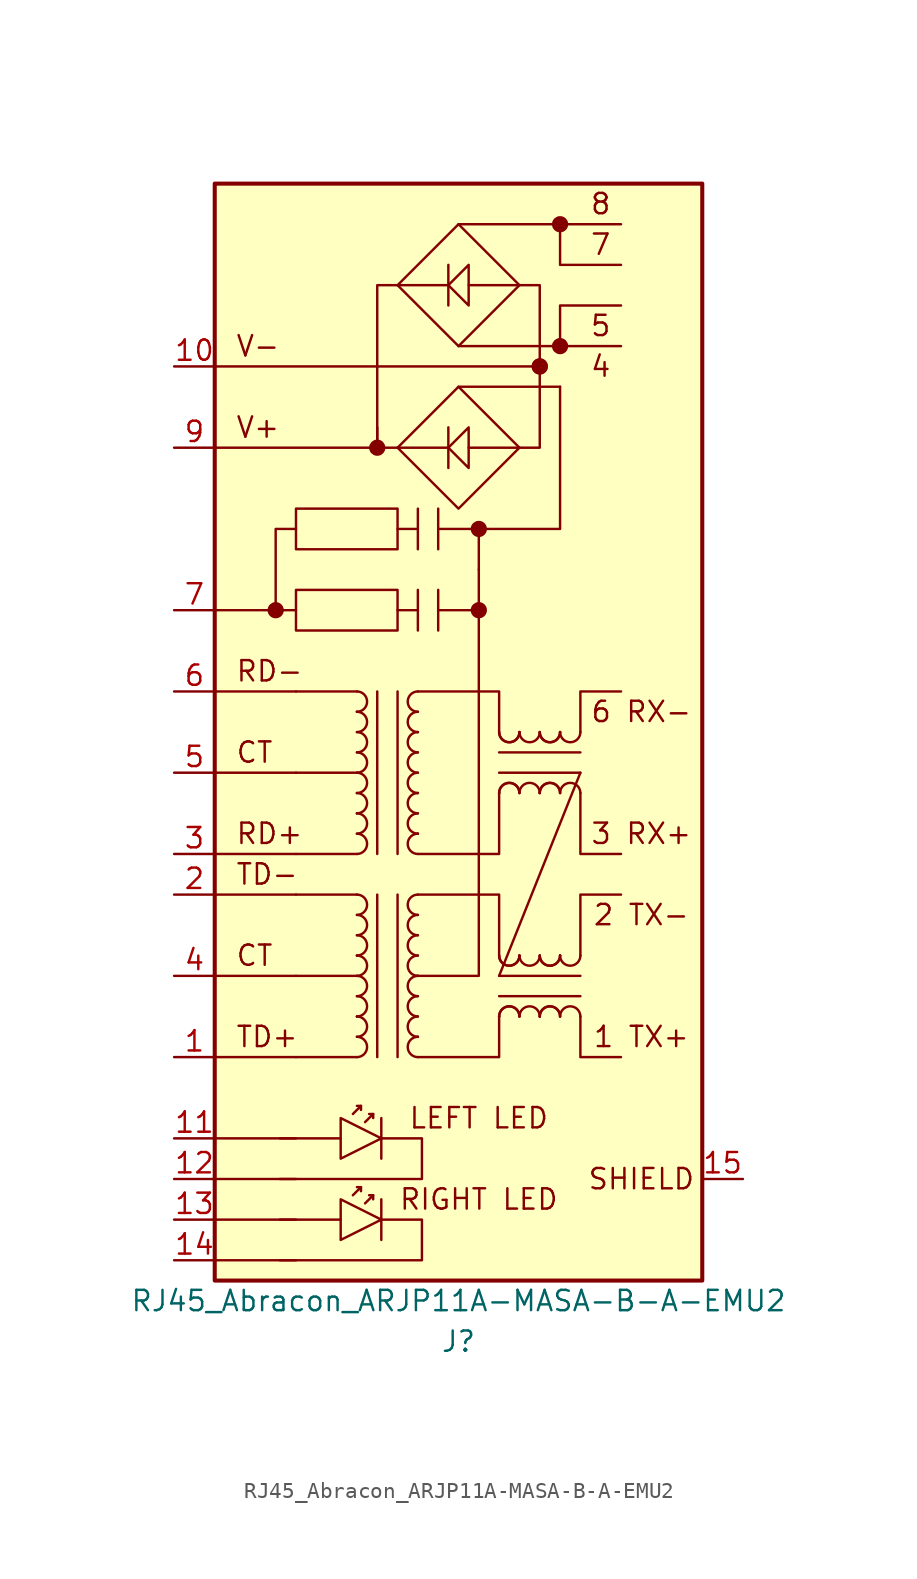
<source format=kicad_sym>
(kicad_symbol_lib
  (version 20211014)
  (generator kicad_symbol_editor)
  (symbol "RJ45_Abracon_ARJP11A-MASA-B-A-EMU2"
    (pin_names
      (offset 1.016) hide)
    (property "Reference" "J"
      (at 0 -38.1 0)
      (effects (font (size 1.27 1.27))))
    (property "Value" "RJ45_Abracon_ARJP11A-MASA-B-A-EMU2"
      (at 0 -35.56 0)
      (effects (font (size 1.27 1.27))))
    (symbol "RJ45_Abracon_ARJP11A-MASA-B-A-EMU2_0_0"
      (rectangle (start -15.24 -34.29) (end 15.24 34.29) (stroke (width 0.254) (type default) (color 0 0 0 0)) (fill (type background)))
      (rectangle (start -3.81 8.89) (end -10.16 6.35) (stroke (width 0) (type default) (color 0 0 0 0)) (fill (type none)))
      (polyline (pts (xy -15.24 -33.02) (xy -10.16 -33.02)) (stroke (width 0) (type default) (color 0 0 0 0)) (fill (type none)))
      (polyline (pts (xy -15.24 -30.48) (xy -10.16 -30.48)) (stroke (width 0) (type default) (color 0 0 0 0)) (fill (type none)))
      (polyline (pts (xy -15.24 -27.94) (xy -10.16 -27.94)) (stroke (width 0) (type default) (color 0 0 0 0)) (fill (type none)))
      (polyline (pts (xy -15.24 -25.4) (xy -10.16 -25.4)) (stroke (width 0) (type default) (color 0 0 0 0)) (fill (type none)))
      (polyline (pts (xy -15.24 -20.32) (xy -10.16 -20.32)) (stroke (width 0) (type default) (color 0 0 0 0)) (fill (type none)))
      (polyline (pts (xy -15.24 -15.24) (xy -10.16 -15.24)) (stroke (width 0) (type default) (color 0 0 0 0)) (fill (type none)))
      (polyline (pts (xy -15.24 -10.16) (xy -10.16 -10.16)) (stroke (width 0) (type default) (color 0 0 0 0)) (fill (type none)))
      (polyline (pts (xy -15.24 -7.62) (xy -10.16 -7.62)) (stroke (width 0) (type default) (color 0 0 0 0)) (fill (type none)))
      (polyline (pts (xy -15.24 -2.54) (xy -10.16 -2.54)) (stroke (width 0) (type default) (color 0 0 0 0)) (fill (type none)))
      (polyline (pts (xy -15.24 2.54) (xy -10.16 2.54)) (stroke (width 0) (type default) (color 0 0 0 0)) (fill (type none)))
      (polyline (pts (xy -15.24 22.86) (xy 5.08 22.86)) (stroke (width 0) (type default) (color 0 0 0 0)) (fill (type none)))
      (polyline (pts (xy -11.43 7.62) (xy -15.24 7.62)) (stroke (width 0) (type default) (color 0 0 0 0)) (fill (type none)))
      (polyline (pts (xy -11.176 -25.4) (xy -7.366 -25.4)) (stroke (width 0) (type default) (color 0 0 0 0)) (fill (type none)))
      (polyline (pts (xy -10.16 7.62) (xy -11.43 7.62)) (stroke (width 0) (type default) (color 0 0 0 0)) (fill (type none)))
      (polyline (pts (xy -5.08 17.78) (xy -15.24 17.78)) (stroke (width 0) (type default) (color 0 0 0 0)) (fill (type none)))
      (polyline (pts (xy -5.08 17.78) (xy -3.81 17.78)) (stroke (width 0) (type default) (color 0 0 0 0)) (fill (type none)))
      (polyline (pts (xy -5.08 19.05) (xy -5.08 17.78)) (stroke (width 0) (type default) (color 0 0 0 0)) (fill (type none)))
      (polyline (pts (xy -3.81 7.62) (xy -2.54 7.62)) (stroke (width 0) (type default) (color 0 0 0 0)) (fill (type none)))
      (polyline (pts (xy -3.81 12.7) (xy -2.54 12.7)) (stroke (width 0) (type default) (color 0 0 0 0)) (fill (type none)))
      (polyline (pts (xy -2.54 8.89) (xy -2.54 6.35)) (stroke (width 0) (type default) (color 0 0 0 0)) (fill (type none)))
      (polyline (pts (xy -1.27 8.89) (xy -1.27 6.35)) (stroke (width 0) (type default) (color 0 0 0 0)) (fill (type none)))
      (polyline (pts (xy -1.27 13.97) (xy -1.27 11.43)) (stroke (width 0) (type default) (color 0 0 0 0)) (fill (type none)))
      (polyline (pts (xy 0 21.59) (xy 6.35 21.59)) (stroke (width 0) (type default) (color 0 0 0 0)) (fill (type none)))
      (polyline (pts (xy 0 24.13) (xy 10.16 24.13)) (stroke (width 0) (type default) (color 0 0 0 0)) (fill (type none)))
      (polyline (pts (xy 0 31.75) (xy 10.16 31.75)) (stroke (width 0) (type default) (color 0 0 0 0)) (fill (type none)))
      (polyline (pts (xy 1.27 10.16) (xy 1.27 12.7)) (stroke (width 0) (type default) (color 0 0 0 0)) (fill (type none)))
      (polyline (pts (xy -10.16 12.7) (xy -11.43 12.7) (xy -11.43 7.62)) (stroke (width 0) (type default) (color 0 0 0 0)) (fill (type none)))
      (polyline (pts (xy -3.81 27.94) (xy -5.08 27.94) (xy -5.08 17.78)) (stroke (width 0) (type default) (color 0 0 0 0)) (fill (type none)))
      (polyline (pts (xy -1.27 12.7) (xy 0 12.7) (xy 1.27 12.7)) (stroke (width 0) (type default) (color 0 0 0 0)) (fill (type none)))
      (polyline (pts (xy 1.27 12.7) (xy 6.35 12.7) (xy 6.35 21.59)) (stroke (width 0) (type default) (color 0 0 0 0)) (fill (type none)))
      (polyline (pts (xy 6.35 24.13) (xy 6.35 26.67) (xy 10.16 26.67)) (stroke (width 0) (type default) (color 0 0 0 0)) (fill (type none)))
      (polyline (pts (xy 6.35 31.75) (xy 6.35 29.21) (xy 10.16 29.21)) (stroke (width 0) (type default) (color 0 0 0 0)) (fill (type none)))
      (polyline (pts (xy -4.826 -25.4) (xy -2.286 -25.4) (xy -2.286 -27.94) (xy -11.176 -27.94)) (stroke (width 0) (type default) (color 0 0 0 0)) (fill (type none)))
      (polyline (pts (xy -2.54 -15.24) (xy -1.27 -15.24) (xy 1.27 -15.24) (xy 1.27 10.16)) (stroke (width 0) (type default) (color 0 0 0 0)) (fill (type none)))
      (polyline (pts (xy 3.81 17.78) (xy 5.08 17.78) (xy 5.08 27.94) (xy 3.81 27.94)) (stroke (width 0) (type default) (color 0 0 0 0)) (fill (type none)))
      (polyline (pts (xy -3.81 17.78) (xy 0 13.97) (xy 3.81 17.78) (xy 0 21.59) (xy -3.81 17.78)) (stroke (width 0) (type default) (color 0 0 0 0)) (fill (type none)))
      (circle (center 1.27 7.62) (radius 0.0001) (stroke (width 0.508) (type default) (color 0 0 0 0)) (fill (type none)))
      (text "1 TX+" (at 11.43 -19.05 0) (effects (font (size 1.27 1.27))))
      (text "2 TX-" (at 11.43 -11.43 0) (effects (font (size 1.27 1.27))))
      (text "3 RX+" (at 11.43 -6.35 0) (effects (font (size 1.27 1.27))))
      (text "4" (at 8.89 22.86 0) (effects (font (size 1.27 1.27))))
      (text "5" (at 8.89 25.4 0) (effects (font (size 1.27 1.27))))
      (text "6 RX-" (at 11.43 1.27 0) (effects (font (size 1.27 1.27))))
      (text "7" (at 8.89 30.48 0) (effects (font (size 1.27 1.27))))
      (text "8" (at 8.89 33.02 0) (effects (font (size 1.27 1.27))))
      (text "CT" (at -13.97 -1.27 0) (effects (font (size 1.27 1.27)) (justify left)))
      (text "LEFT LED" (at 1.27 -24.13 0) (effects (font (size 1.27 1.27))))
      (text "RD-" (at -13.97 3.81 0) (effects (font (size 1.27 1.27)) (justify left)))
      (text "SHIELD" (at 11.43 -27.94 0) (effects (font (size 1.27 1.27))))
      (text "V+" (at -13.97 19.05 0) (effects (font (size 1.27 1.27)) (justify left)))
      (text "V-" (at -13.97 24.13 0) (effects (font (size 1.27 1.27)) (justify left))))
    (symbol "RJ45_Abracon_ARJP11A-MASA-B-A-EMU2_0_1"
      (arc (start -6.35 -16.51) (mid -5.715 -15.875) (end -6.35 -15.24) (stroke (width 0) (type default) (color 0 0 0 0)) (fill (type none)))
      (arc (start -6.35 -15.24) (mid -5.715 -14.605) (end -6.35 -13.97) (stroke (width 0) (type default) (color 0 0 0 0)) (fill (type none)))
      (arc (start -6.35 -13.97) (mid -6.35 -16.51) (end -6.35 -13.97) (stroke (width 0) (type default) (color 0 0 0 0)) (fill (type none)))
      (arc (start -6.35 -11.43) (mid -5.715 -10.795) (end -6.35 -10.16) (stroke (width 0) (type default) (color 0 0 0 0)) (fill (type none)))
      (polyline (pts (xy -6.35 -20.32) (xy -10.16 -20.32)) (stroke (width 0) (type default) (color 0 0 0 0)) (fill (type none)))
      (polyline (pts (xy -6.35 -15.24) (xy -10.16 -15.24)) (stroke (width 0) (type default) (color 0 0 0 0)) (fill (type none)))
      (polyline (pts (xy -6.35 -10.16) (xy -10.16 -10.16)) (stroke (width 0) (type default) (color 0 0 0 0)) (fill (type none)))
      (polyline (pts (xy -6.35 -7.62) (xy -10.16 -7.62)) (stroke (width 0) (type default) (color 0 0 0 0)) (fill (type none)))
      (polyline (pts (xy -6.35 -2.54) (xy -10.16 -2.54)) (stroke (width 0) (type default) (color 0 0 0 0)) (fill (type none)))
      (polyline (pts (xy -6.35 2.54) (xy -10.16 2.54)) (stroke (width 0) (type default) (color 0 0 0 0)) (fill (type none)))
      (polyline (pts (xy -6.096 -28.448) (xy -6.35 -28.448)) (stroke (width 0) (type default) (color 0 0 0 0)) (fill (type none)))
      (polyline (pts (xy -5.334 -28.956) (xy -5.588 -28.956)) (stroke (width 0) (type default) (color 0 0 0 0)) (fill (type none)))
      (polyline (pts (xy -4.826 -24.13) (xy -4.826 -26.67)) (stroke (width 0) (type default) (color 0 0 0 0)) (fill (type none)))
      (polyline (pts (xy -1.27 7.62) (xy 1.27 7.62)) (stroke (width 0) (type default) (color 0 0 0 0)) (fill (type none)))
      (polyline (pts (xy -0.635 17.78) (xy -3.81 17.78)) (stroke (width 0) (type default) (color 0 0 0 0)) (fill (type none)))
      (polyline (pts (xy -0.635 19.05) (xy -0.635 16.51)) (stroke (width 0) (type default) (color 0 0 0 0)) (fill (type none)))
      (polyline (pts (xy 0.635 17.78) (xy 3.81 17.78)) (stroke (width 0) (type default) (color 0 0 0 0)) (fill (type none)))
      (polyline (pts (xy -6.604 -28.956) (xy -6.096 -28.448) (xy -6.096 -28.702)) (stroke (width 0) (type default) (color 0 0 0 0)) (fill (type none)))
      (polyline (pts (xy -5.842 -29.464) (xy -5.334 -28.956) (xy -5.334 -29.21)) (stroke (width 0) (type default) (color 0 0 0 0)) (fill (type none)))
      (polyline (pts (xy -7.366 -24.13) (xy -7.366 -26.67) (xy -4.826 -25.4) (xy -7.366 -24.13)) (stroke (width 0) (type default) (color 0 0 0 0)) (fill (type none)))
      (polyline (pts (xy 0.635 19.05) (xy 0.635 16.51) (xy -0.635 17.78) (xy 0.635 19.05)) (stroke (width 0) (type default) (color 0 0 0 0)) (fill (type none))))
    (symbol "RJ45_Abracon_ARJP11A-MASA-B-A-EMU2_1_1"
      (circle (center -11.43 7.62) (radius 0.0001) (stroke (width 0.508) (type default) (color 0 0 0 0)) (fill (type none)))
      (arc (start -6.35 -20.32) (mid -5.715 -19.685) (end -6.35 -19.05) (stroke (width 0) (type default) (color 0 0 0 0)) (fill (type none)))
      (arc (start -6.35 -19.05) (mid -5.715 -18.415) (end -6.35 -17.78) (stroke (width 0) (type default) (color 0 0 0 0)) (fill (type none)))
      (arc (start -6.35 -17.78) (mid -6.35 -20.32) (end -6.35 -17.78) (stroke (width 0) (type default) (color 0 0 0 0)) (fill (type none)))
      (arc (start -6.35 -17.78) (mid -5.715 -17.145) (end -6.35 -16.51) (stroke (width 0) (type default) (color 0 0 0 0)) (fill (type none)))
      (arc (start -6.35 -13.97) (mid -5.715 -13.335) (end -6.35 -12.7) (stroke (width 0) (type default) (color 0 0 0 0)) (fill (type none)))
      (arc (start -6.35 -12.7) (mid -5.715 -12.065) (end -6.35 -11.43) (stroke (width 0) (type default) (color 0 0 0 0)) (fill (type none)))
      (arc (start -6.35 -7.62) (mid -5.715 -6.985) (end -6.35 -6.35) (stroke (width 0) (type default) (color 0 0 0 0)) (fill (type none)))
      (arc (start -6.35 -6.35) (mid -5.715 -5.715) (end -6.35 -5.08) (stroke (width 0) (type default) (color 0 0 0 0)) (fill (type none)))
      (arc (start -6.35 -5.08) (mid -6.35 -7.62) (end -6.35 -5.08) (stroke (width 0) (type default) (color 0 0 0 0)) (fill (type none)))
      (arc (start -6.35 -5.08) (mid -5.715 -4.445) (end -6.35 -3.81) (stroke (width 0) (type default) (color 0 0 0 0)) (fill (type none)))
      (arc (start -6.35 -3.81) (mid -6.35 -6.35) (end -6.35 -3.81) (stroke (width 0) (type default) (color 0 0 0 0)) (fill (type none)))
      (arc (start -6.35 -3.81) (mid -5.715 -3.175) (end -6.35 -2.54) (stroke (width 0) (type default) (color 0 0 0 0)) (fill (type none)))
      (arc (start -6.35 -2.54) (mid -5.715 -1.905) (end -6.35 -1.27) (stroke (width 0) (type default) (color 0 0 0 0)) (fill (type none)))
      (arc (start -6.35 -1.27) (mid -5.715 -0.635) (end -6.35 0) (stroke (width 0) (type default) (color 0 0 0 0)) (fill (type none)))
      (arc (start -6.35 0) (mid -5.715 0.635) (end -6.35 1.27) (stroke (width 0) (type default) (color 0 0 0 0)) (fill (type none)))
      (arc (start -6.35 1.27) (mid -6.35 -1.27) (end -6.35 1.27) (stroke (width 0) (type default) (color 0 0 0 0)) (fill (type none)))
      (arc (start -6.35 1.27) (mid -5.715 1.905) (end -6.35 2.54) (stroke (width 0) (type default) (color 0 0 0 0)) (fill (type none)))
      (circle (center -5.08 17.78) (radius 0.0001) (stroke (width 0.508) (type default) (color 0 0 0 0)) (fill (type none)))
      (rectangle (start -3.81 13.97) (end -10.16 11.43) (stroke (width 0) (type default) (color 0 0 0 0)) (fill (type none)))
      (arc (start -2.54 -19.05) (mid -3.175 -19.685) (end -2.54 -20.32) (stroke (width 0) (type default) (color 0 0 0 0)) (fill (type none)))
      (arc (start -2.54 -19.05) (mid -2.54 -16.51) (end -2.54 -19.05) (stroke (width 0) (type default) (color 0 0 0 0)) (fill (type none)))
      (arc (start -2.54 -17.78) (mid -3.175 -18.415) (end -2.54 -19.05) (stroke (width 0) (type default) (color 0 0 0 0)) (fill (type none)))
      (arc (start -2.54 -16.51) (mid -3.175 -17.145) (end -2.54 -17.78) (stroke (width 0) (type default) (color 0 0 0 0)) (fill (type none)))
      (arc (start -2.54 -15.24) (mid -3.175 -15.875) (end -2.54 -16.51) (stroke (width 0) (type default) (color 0 0 0 0)) (fill (type none)))
      (arc (start -2.54 -15.24) (mid -2.54 -12.7) (end -2.54 -15.24) (stroke (width 0) (type default) (color 0 0 0 0)) (fill (type none)))
      (arc (start -2.54 -13.97) (mid -3.175 -14.605) (end -2.54 -15.24) (stroke (width 0) (type default) (color 0 0 0 0)) (fill (type none)))
      (arc (start -2.54 -12.7) (mid -3.175 -13.335) (end -2.54 -13.97) (stroke (width 0) (type default) (color 0 0 0 0)) (fill (type none)))
      (arc (start -2.54 -11.43) (mid -3.175 -12.065) (end -2.54 -12.7) (stroke (width 0) (type default) (color 0 0 0 0)) (fill (type none)))
      (arc (start -2.54 -10.16) (mid -3.175 -10.795) (end -2.54 -11.43) (stroke (width 0) (type default) (color 0 0 0 0)) (fill (type none)))
      (arc (start -2.54 -6.35) (mid -3.175 -6.985) (end -2.54 -7.62) (stroke (width 0) (type default) (color 0 0 0 0)) (fill (type none)))
      (arc (start -2.54 -6.35) (mid -2.54 -3.81) (end -2.54 -6.35) (stroke (width 0) (type default) (color 0 0 0 0)) (fill (type none)))
      (arc (start -2.54 -5.08) (mid -3.175 -5.715) (end -2.54 -6.35) (stroke (width 0) (type default) (color 0 0 0 0)) (fill (type none)))
      (arc (start -2.54 -3.81) (mid -3.175 -4.445) (end -2.54 -5.08) (stroke (width 0) (type default) (color 0 0 0 0)) (fill (type none)))
      (arc (start -2.54 -3.81) (mid -2.54 -1.27) (end -2.54 -3.81) (stroke (width 0) (type default) (color 0 0 0 0)) (fill (type none)))
      (arc (start -2.54 -2.54) (mid -3.175 -3.175) (end -2.54 -3.81) (stroke (width 0) (type default) (color 0 0 0 0)) (fill (type none)))
      (arc (start -2.54 -1.27) (mid -3.175 -1.905) (end -2.54 -2.54) (stroke (width 0) (type default) (color 0 0 0 0)) (fill (type none)))
      (arc (start -2.54 0) (mid -3.175 -0.635) (end -2.54 -1.27) (stroke (width 0) (type default) (color 0 0 0 0)) (fill (type none)))
      (arc (start -2.54 0) (mid -2.54 2.54) (end -2.54 0) (stroke (width 0) (type default) (color 0 0 0 0)) (fill (type none)))
      (arc (start -2.54 1.27) (mid -3.175 0.635) (end -2.54 0) (stroke (width 0) (type default) (color 0 0 0 0)) (fill (type none)))
      (arc (start -2.54 2.54) (mid -3.175 1.905) (end -2.54 1.27) (stroke (width 0) (type default) (color 0 0 0 0)) (fill (type none)))
      (polyline (pts (xy -11.176 -30.48) (xy -7.366 -30.48)) (stroke (width 0) (type default) (color 0 0 0 0)) (fill (type none)))
      (polyline (pts (xy -6.096 -23.368) (xy -6.35 -23.368)) (stroke (width 0) (type default) (color 0 0 0 0)) (fill (type none)))
      (polyline (pts (xy -5.334 -23.876) (xy -5.588 -23.876)) (stroke (width 0) (type default) (color 0 0 0 0)) (fill (type none)))
      (polyline (pts (xy -5.08 -10.16) (xy -5.08 -20.32)) (stroke (width 0) (type default) (color 0 0 0 0)) (fill (type none)))
      (polyline (pts (xy -5.08 2.54) (xy -5.08 -7.62)) (stroke (width 0) (type default) (color 0 0 0 0)) (fill (type none)))
      (polyline (pts (xy -4.826 -29.21) (xy -4.826 -31.75)) (stroke (width 0) (type default) (color 0 0 0 0)) (fill (type none)))
      (polyline (pts (xy -3.81 -20.32) (xy -3.81 -10.16)) (stroke (width 0) (type default) (color 0 0 0 0)) (fill (type none)))
      (polyline (pts (xy -3.81 -7.62) (xy -3.81 2.54)) (stroke (width 0) (type default) (color 0 0 0 0)) (fill (type none)))
      (polyline (pts (xy -2.54 13.97) (xy -2.54 11.43)) (stroke (width 0) (type default) (color 0 0 0 0)) (fill (type none)))
      (polyline (pts (xy -0.635 27.94) (xy -3.81 27.94)) (stroke (width 0) (type default) (color 0 0 0 0)) (fill (type none)))
      (polyline (pts (xy -0.635 29.21) (xy -0.635 26.67)) (stroke (width 0) (type default) (color 0 0 0 0)) (fill (type none)))
      (polyline (pts (xy 0.635 27.94) (xy 3.81 27.94)) (stroke (width 0) (type default) (color 0 0 0 0)) (fill (type none)))
      (polyline (pts (xy 2.54 -16.51) (xy 7.62 -16.51)) (stroke (width 0) (type default) (color 0 0 0 0)) (fill (type none)))
      (polyline (pts (xy 2.54 -15.24) (xy 7.62 -2.54)) (stroke (width 0) (type default) (color 0 0 0 0)) (fill (type none)))
      (polyline (pts (xy 2.54 -2.54) (xy 7.62 -2.54)) (stroke (width 0) (type default) (color 0 0 0 0)) (fill (type none)))
      (polyline (pts (xy 7.62 -15.24) (xy 2.54 -15.24)) (stroke (width 0) (type default) (color 0 0 0 0)) (fill (type none)))
      (polyline (pts (xy 7.62 -1.27) (xy 2.54 -1.27)) (stroke (width 0) (type default) (color 0 0 0 0)) (fill (type none)))
      (polyline (pts (xy -6.604 -23.876) (xy -6.096 -23.368) (xy -6.096 -23.622)) (stroke (width 0) (type default) (color 0 0 0 0)) (fill (type none)))
      (polyline (pts (xy -5.842 -24.384) (xy -5.334 -23.876) (xy -5.334 -24.13)) (stroke (width 0) (type default) (color 0 0 0 0)) (fill (type none)))
      (polyline (pts (xy -2.54 -10.16) (xy 2.54 -10.16) (xy 2.54 -13.97)) (stroke (width 0) (type default) (color 0 0 0 0)) (fill (type none)))
      (polyline (pts (xy -2.54 -7.62) (xy 2.54 -7.62) (xy 2.54 -3.81)) (stroke (width 0) (type default) (color 0 0 0 0)) (fill (type none)))
      (polyline (pts (xy -2.54 2.54) (xy 2.54 2.54) (xy 2.54 0)) (stroke (width 0) (type default) (color 0 0 0 0)) (fill (type none)))
      (polyline (pts (xy 2.54 -17.78) (xy 2.54 -20.32) (xy -2.54 -20.32)) (stroke (width 0) (type default) (color 0 0 0 0)) (fill (type none)))
      (polyline (pts (xy 7.62 -17.78) (xy 7.62 -20.32) (xy 10.16 -20.32)) (stroke (width 0) (type default) (color 0 0 0 0)) (fill (type none)))
      (polyline (pts (xy 7.62 -13.97) (xy 7.62 -10.16) (xy 10.16 -10.16)) (stroke (width 0) (type default) (color 0 0 0 0)) (fill (type none)))
      (polyline (pts (xy 7.62 -3.81) (xy 7.62 -7.62) (xy 10.16 -7.62)) (stroke (width 0) (type default) (color 0 0 0 0)) (fill (type none)))
      (polyline (pts (xy 7.62 0) (xy 7.62 2.54) (xy 10.16 2.54)) (stroke (width 0) (type default) (color 0 0 0 0)) (fill (type none)))
      (polyline (pts (xy -7.366 -29.21) (xy -7.366 -31.75) (xy -4.826 -30.48) (xy -7.366 -29.21)) (stroke (width 0) (type default) (color 0 0 0 0)) (fill (type none)))
      (polyline (pts (xy -4.826 -30.48) (xy -2.286 -30.48) (xy -2.286 -33.02) (xy -11.176 -33.02)) (stroke (width 0) (type default) (color 0 0 0 0)) (fill (type none)))
      (polyline (pts (xy 0.635 29.21) (xy 0.635 26.67) (xy -0.635 27.94) (xy 0.635 29.21)) (stroke (width 0) (type default) (color 0 0 0 0)) (fill (type none)))
      (polyline (pts (xy -3.81 27.94) (xy 0 24.13) (xy 3.81 27.94) (xy 0 31.75) (xy -3.81 27.94)) (stroke (width 0) (type default) (color 0 0 0 0)) (fill (type none)))
      (circle (center 1.27 12.7) (radius 0.0001) (stroke (width 0.508) (type default) (color 0 0 0 0)) (fill (type none)))
      (arc (start 2.54 -17.78) (mid 5.08 -17.78) (end 2.54 -17.78) (stroke (width 0) (type default) (color 0 0 0 0)) (fill (type none)))
      (arc (start 2.54 -13.97) (mid 3.175 -14.605) (end 3.81 -13.97) (stroke (width 0) (type default) (color 0 0 0 0)) (fill (type none)))
      (arc (start 2.54 -13.97) (mid 3.175 -14.605) (end 3.81 -13.97) (stroke (width 0) (type default) (color 0 0 0 0)) (fill (type none)))
      (arc (start 2.54 -3.81) (mid 5.08 -3.81) (end 2.54 -3.81) (stroke (width 0) (type default) (color 0 0 0 0)) (fill (type none)))
      (arc (start 2.54 0) (mid 3.175 -0.635) (end 3.81 0) (stroke (width 0) (type default) (color 0 0 0 0)) (fill (type none)))
      (arc (start 2.54 0) (mid 3.175 -0.635) (end 3.81 0) (stroke (width 0) (type default) (color 0 0 0 0)) (fill (type none)))
      (arc (start 3.81 -17.78) (mid 3.175 -17.145) (end 2.54 -17.78) (stroke (width 0) (type default) (color 0 0 0 0)) (fill (type none)))
      (arc (start 3.81 -17.78) (mid 3.175 -17.145) (end 2.54 -17.78) (stroke (width 0) (type default) (color 0 0 0 0)) (fill (type none)))
      (arc (start 3.81 -13.97) (mid 1.27 -13.97) (end 3.81 -13.97) (stroke (width 0) (type default) (color 0 0 0 0)) (fill (type none)))
      (arc (start 3.81 -13.97) (mid 4.445 -14.605) (end 5.08 -13.97) (stroke (width 0) (type default) (color 0 0 0 0)) (fill (type none)))
      (arc (start 3.81 -3.81) (mid 3.175 -3.175) (end 2.54 -3.81) (stroke (width 0) (type default) (color 0 0 0 0)) (fill (type none)))
      (arc (start 3.81 -3.81) (mid 3.175 -3.175) (end 2.54 -3.81) (stroke (width 0) (type default) (color 0 0 0 0)) (fill (type none)))
      (arc (start 3.81 0) (mid 1.27 0) (end 3.81 0) (stroke (width 0) (type default) (color 0 0 0 0)) (fill (type none)))
      (arc (start 3.81 0) (mid 4.445 -0.635) (end 5.08 0) (stroke (width 0) (type default) (color 0 0 0 0)) (fill (type none)))
      (arc (start 5.08 -17.78) (mid 4.445 -17.145) (end 3.81 -17.78) (stroke (width 0) (type default) (color 0 0 0 0)) (fill (type none)))
      (arc (start 5.08 -17.78) (mid 7.62 -17.78) (end 5.08 -17.78) (stroke (width 0) (type default) (color 0 0 0 0)) (fill (type none)))
      (arc (start 5.08 -13.97) (mid 5.715 -14.605) (end 6.35 -13.97) (stroke (width 0) (type default) (color 0 0 0 0)) (fill (type none)))
      (arc (start 5.08 -13.97) (mid 5.715 -14.605) (end 6.35 -13.97) (stroke (width 0) (type default) (color 0 0 0 0)) (fill (type none)))
      (arc (start 5.08 -3.81) (mid 4.445 -3.175) (end 3.81 -3.81) (stroke (width 0) (type default) (color 0 0 0 0)) (fill (type none)))
      (arc (start 5.08 -3.81) (mid 7.62 -3.81) (end 5.08 -3.81) (stroke (width 0) (type default) (color 0 0 0 0)) (fill (type none)))
      (arc (start 5.08 0) (mid 5.715 -0.635) (end 6.35 0) (stroke (width 0) (type default) (color 0 0 0 0)) (fill (type none)))
      (arc (start 5.08 0) (mid 5.715 -0.635) (end 6.35 0) (stroke (width 0) (type default) (color 0 0 0 0)) (fill (type none)))
      (circle (center 5.08 22.86) (radius 0.0001) (stroke (width 0.508) (type default) (color 0 0 0 0)) (fill (type none)))
      (circle (center 5.08 22.86) (radius 0.0001) (stroke (width 0.508) (type default) (color 0 0 0 0)) (fill (type none)))
      (arc (start 6.35 -17.78) (mid 5.715 -17.145) (end 5.08 -17.78) (stroke (width 0) (type default) (color 0 0 0 0)) (fill (type none)))
      (arc (start 6.35 -17.78) (mid 5.715 -17.145) (end 5.08 -17.78) (stroke (width 0) (type default) (color 0 0 0 0)) (fill (type none)))
      (arc (start 6.35 -13.97) (mid 3.81 -13.97) (end 6.35 -13.97) (stroke (width 0) (type default) (color 0 0 0 0)) (fill (type none)))
      (arc (start 6.35 -13.97) (mid 6.985 -14.605) (end 7.62 -13.97) (stroke (width 0) (type default) (color 0 0 0 0)) (fill (type none)))
      (arc (start 6.35 -3.81) (mid 5.715 -3.175) (end 5.08 -3.81) (stroke (width 0) (type default) (color 0 0 0 0)) (fill (type none)))
      (arc (start 6.35 -3.81) (mid 5.715 -3.175) (end 5.08 -3.81) (stroke (width 0) (type default) (color 0 0 0 0)) (fill (type none)))
      (arc (start 6.35 0) (mid 3.81 0) (end 6.35 0) (stroke (width 0) (type default) (color 0 0 0 0)) (fill (type none)))
      (arc (start 6.35 0) (mid 6.985 -0.635) (end 7.62 0) (stroke (width 0) (type default) (color 0 0 0 0)) (fill (type none)))
      (circle (center 6.35 24.13) (radius 0.0001) (stroke (width 0.508) (type default) (color 0 0 0 0)) (fill (type none)))
      (circle (center 6.35 31.75) (radius 0.0001) (stroke (width 0.508) (type default) (color 0 0 0 0)) (fill (type none)))
      (arc (start 7.62 -17.78) (mid 6.985 -17.145) (end 6.35 -17.78) (stroke (width 0) (type default) (color 0 0 0 0)) (fill (type none)))
      (arc (start 7.62 -3.81) (mid 6.985 -3.175) (end 6.35 -3.81) (stroke (width 0) (type default) (color 0 0 0 0)) (fill (type none)))
      (text "CT" (at -13.97 -13.97 0) (effects (font (size 1.27 1.27)) (justify left)))
      (text "RD+" (at -13.97 -6.35 0) (effects (font (size 1.27 1.27)) (justify left)))
      (text "RIGHT LED" (at 1.27 -29.21 0) (effects (font (size 1.27 1.27))))
      (text "TD+" (at -13.97 -19.05 0) (effects (font (size 1.27 1.27)) (justify left)))
      (text "TD-" (at -13.97 -8.89 0) (effects (font (size 1.27 1.27)) (justify left)))
      (pin passive line (at -17.78 -20.32 0) (length 2.54) (name "TD+" (effects (font (size 1.27 1.27)))) (number "1" (effects (font (size 1.27 1.27)))))
      (pin power_out line (at -17.78 22.86 0) (length 2.54) (name "V-" (effects (font (size 1.27 1.27)))) (number "10" (effects (font (size 1.27 1.27)))))
      (pin passive line (at -17.78 -25.4 0) (length 2.54) (name "LLED+" (effects (font (size 1.27 1.27)))) (number "11" (effects (font (size 1.27 1.27)))))
      (pin passive line (at -17.78 -27.94 0) (length 2.54) (name "LLED-" (effects (font (size 1.27 1.27)))) (number "12" (effects (font (size 1.27 1.27)))))
      (pin passive line (at -17.78 -30.48 0) (length 2.54) (name "RLED+" (effects (font (size 1.27 1.27)))) (number "13" (effects (font (size 1.27 1.27)))))
      (pin passive line (at -17.78 -33.02 0) (length 2.54) (name "RLED-" (effects (font (size 1.27 1.27)))) (number "14" (effects (font (size 1.27 1.27)))))
      (pin passive line (at 17.78 -27.94 180) (length 2.54) (name "SHIELD" (effects (font (size 1.27 1.27)))) (number "15" (effects (font (size 1.27 1.27)))))
      (pin passive line (at -17.78 -10.16 0) (length 2.54) (name "TD-" (effects (font (size 1.27 1.27)))) (number "2" (effects (font (size 1.27 1.27)))))
      (pin passive line (at -17.78 -7.62 0) (length 2.54) (name "RD+" (effects (font (size 1.27 1.27)))) (number "3" (effects (font (size 1.27 1.27)))))
      (pin passive line (at -17.78 -15.24 0) (length 2.54) (name "CT" (effects (font (size 1.27 1.27)))) (number "4" (effects (font (size 1.27 1.27)))))
      (pin passive line (at -17.78 -2.54 0) (length 2.54) (name "CT" (effects (font (size 1.27 1.27)))) (number "5" (effects (font (size 1.27 1.27)))))
      (pin passive line (at -17.78 2.54 0) (length 2.54) (name "RD-" (effects (font (size 1.27 1.27)))) (number "6" (effects (font (size 1.27 1.27)))))
      (pin passive line (at -17.78 7.62 0) (length 2.54) (name "7" (effects (font (size 1.27 1.27)))) (number "7" (effects (font (size 1.27 1.27)))))
      (pin power_out line (at -17.78 17.78 0) (length 2.54) (name "V+" (effects (font (size 1.27 1.27)))) (number "9" (effects (font (size 1.27 1.27))))))))
</source>
